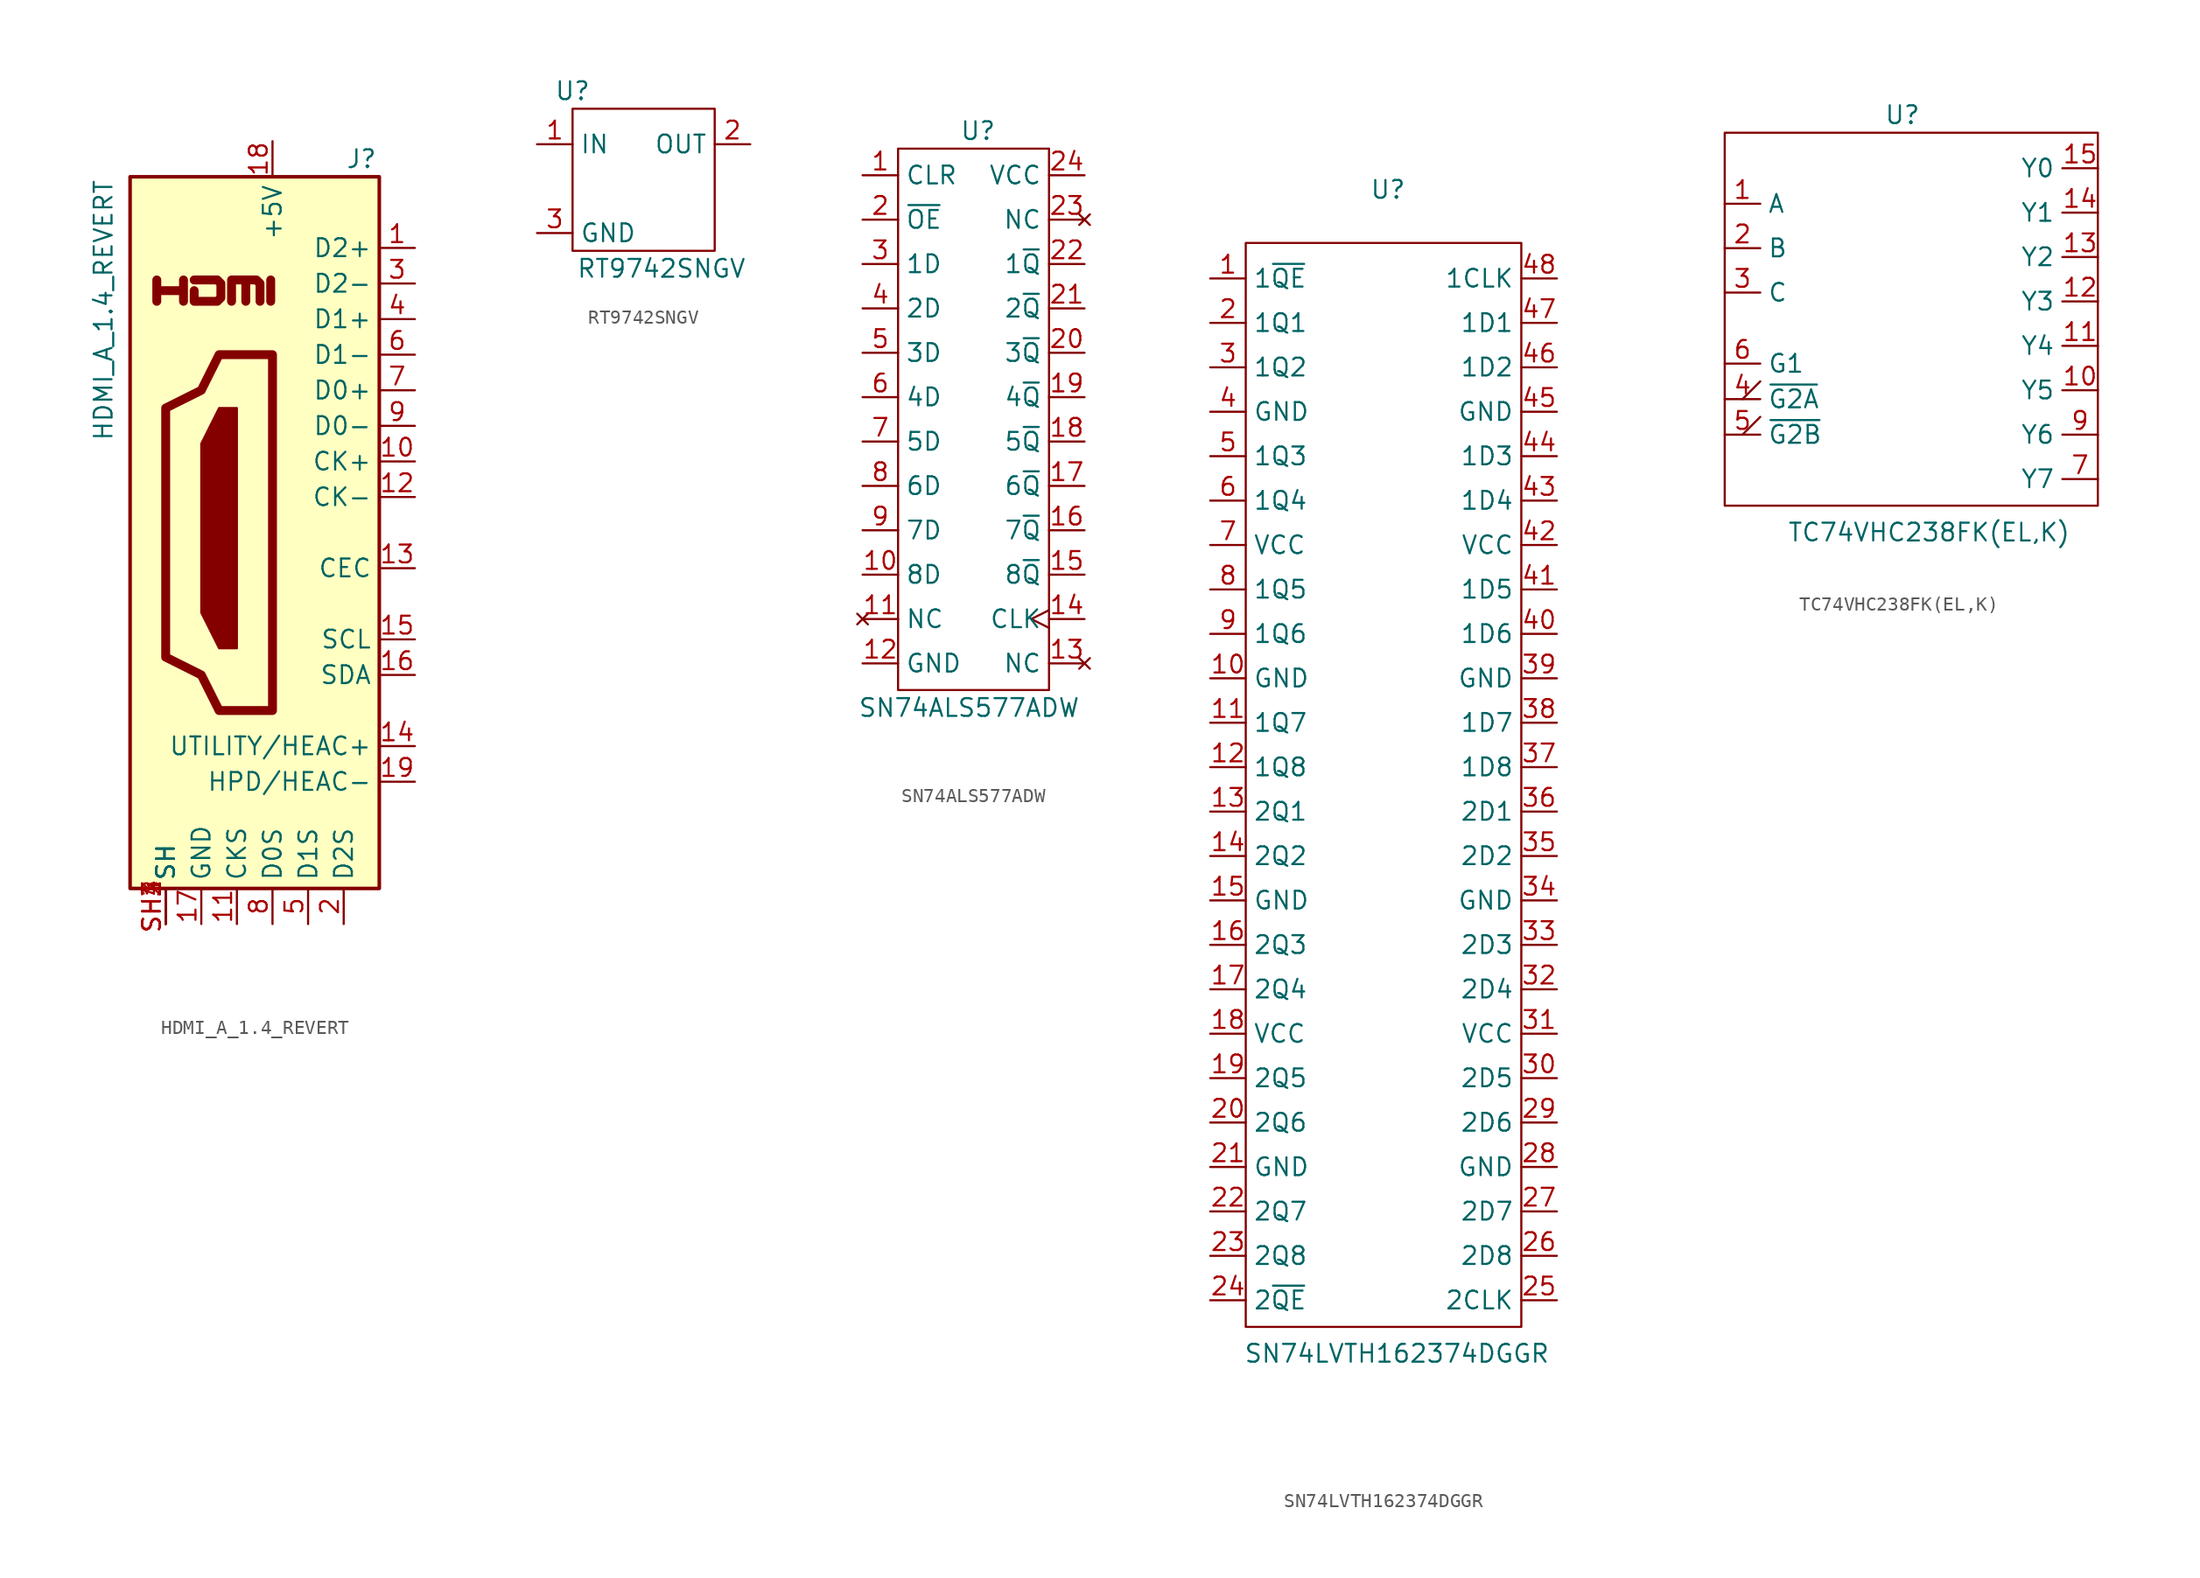
<source format=kicad_sym>
(kicad_symbol_lib
  (version 20201005)
  (generator kicad_symbol_editor)
  (symbol "ioboard:HDMI_A_1.4_REVERT"
    (property "Reference" "J"
      (at 9.525 26.67 0)
      (effects (font (size 1.27 1.27))))
    (property "Value" "HDMI_A_1.4_REVERT"
      (at -8.89 15.875 90)
      (effects (font (size 1.27 1.27))))
    (symbol "HDMI_A_1.4_REVERT_0_0"
      (polyline (pts (xy 3.048 16.51) (xy 3.048 18.034)) (stroke (width 0.635)) (fill (type none)))
      (polyline (pts (xy -5.08 16.51) (xy -5.08 18.034) (xy -5.08 17.272) (xy -3.175 17.272) (xy -3.175 18.034) (xy -3.175 16.51)) (stroke (width 0.635)) (fill (type none)))
      (polyline (pts (xy -2.413 18.034) (xy -0.762 18.034) (xy -0.508 17.78) (xy -0.508 16.764) (xy -0.762 16.51) (xy -2.413 16.51) (xy -2.413 17.272)) (stroke (width 0.635)) (fill (type none)))
      (pin passive line (at -4.445 -27.94 90) (length 2.54) (name "SH" (effects (font (size 1.27 1.27)))) (number "SH2" (effects (font (size 1.27 1.27)))))
      (pin passive line (at -4.445 -27.94 90) (length 2.54) (name "SH" (effects (font (size 1.27 1.27)))) (number "SH3" (effects (font (size 1.27 1.27)))))
      (pin passive line (at -4.445 -27.94 90) (length 2.54) (name "SH" (effects (font (size 1.27 1.27)))) (number "SH4" (effects (font (size 1.27 1.27))))))
    (symbol "HDMI_A_1.4_REVERT_0_1"
      (rectangle (start 10.795 25.4) (end -6.985 -25.4) (stroke (width 0.254)) (fill (type background)))
      (polyline (pts (xy 0.254 16.51) (xy 0.254 18.034) (xy 1.27 18.034) (xy 1.27 16.51) (xy 1.27 18.034) (xy 2.032 18.034) (xy 2.286 17.78) (xy 2.286 16.51)) (stroke (width 0.635)) (fill (type none)))
      (polyline (pts (xy 3.175 12.7) (xy 3.175 -12.7) (xy -0.635 -12.7) (xy -1.905 -10.16) (xy -4.445 -8.89) (xy -4.445 8.89) (xy -1.905 10.16) (xy -0.635 12.7) (xy 3.175 12.7)) (stroke (width 0.635)) (fill (type none)))
      (polyline (pts (xy 0.635 8.89) (xy -0.635 8.89) (xy -1.905 6.35) (xy -1.905 -5.715) (xy -0.635 -8.255) (xy 0.635 -8.255) (xy 0.635 8.89)) (stroke (width 0)) (fill (type outline))))
    (symbol "HDMI_A_1.4_REVERT_1_1"
      (pin passive line (at 13.335 20.32 180) (length 2.54) (name "D2+" (effects (font (size 1.27 1.27)))) (number "1" (effects (font (size 1.27 1.27)))))
      (pin passive line (at 13.335 5.08 180) (length 2.54) (name "CK+" (effects (font (size 1.27 1.27)))) (number "10" (effects (font (size 1.27 1.27)))))
      (pin power_in line (at 0.635 -27.94 90) (length 2.54) (name "CKS" (effects (font (size 1.27 1.27)))) (number "11" (effects (font (size 1.27 1.27)))))
      (pin passive line (at 13.335 2.54 180) (length 2.54) (name "CK-" (effects (font (size 1.27 1.27)))) (number "12" (effects (font (size 1.27 1.27)))))
      (pin bidirectional line (at 13.335 -2.54 180) (length 2.54) (name "CEC" (effects (font (size 1.27 1.27)))) (number "13" (effects (font (size 1.27 1.27)))))
      (pin passive line (at 13.335 -15.24 180) (length 2.54) (name "UTILITY/HEAC+" (effects (font (size 1.27 1.27)))) (number "14" (effects (font (size 1.27 1.27)))))
      (pin passive line (at 13.335 -7.62 180) (length 2.54) (name "SCL" (effects (font (size 1.27 1.27)))) (number "15" (effects (font (size 1.27 1.27)))))
      (pin bidirectional line (at 13.335 -10.16 180) (length 2.54) (name "SDA" (effects (font (size 1.27 1.27)))) (number "16" (effects (font (size 1.27 1.27)))))
      (pin power_in line (at -1.905 -27.94 90) (length 2.54) (name "GND" (effects (font (size 1.27 1.27)))) (number "17" (effects (font (size 1.27 1.27)))))
      (pin power_in line (at 3.175 27.94 270) (length 2.54) (name "+5V" (effects (font (size 1.27 1.27)))) (number "18" (effects (font (size 1.27 1.27)))))
      (pin passive line (at 13.335 -17.78 180) (length 2.54) (name "HPD/HEAC-" (effects (font (size 1.27 1.27)))) (number "19" (effects (font (size 1.27 1.27)))))
      (pin power_in line (at 8.255 -27.94 90) (length 2.54) (name "D2S" (effects (font (size 1.27 1.27)))) (number "2" (effects (font (size 1.27 1.27)))))
      (pin passive line (at 13.335 17.78 180) (length 2.54) (name "D2-" (effects (font (size 1.27 1.27)))) (number "3" (effects (font (size 1.27 1.27)))))
      (pin passive line (at 13.335 15.24 180) (length 2.54) (name "D1+" (effects (font (size 1.27 1.27)))) (number "4" (effects (font (size 1.27 1.27)))))
      (pin power_in line (at 5.715 -27.94 90) (length 2.54) (name "D1S" (effects (font (size 1.27 1.27)))) (number "5" (effects (font (size 1.27 1.27)))))
      (pin passive line (at 13.335 12.7 180) (length 2.54) (name "D1-" (effects (font (size 1.27 1.27)))) (number "6" (effects (font (size 1.27 1.27)))))
      (pin passive line (at 13.335 10.16 180) (length 2.54) (name "D0+" (effects (font (size 1.27 1.27)))) (number "7" (effects (font (size 1.27 1.27)))))
      (pin power_in line (at 3.175 -27.94 90) (length 2.54) (name "D0S" (effects (font (size 1.27 1.27)))) (number "8" (effects (font (size 1.27 1.27)))))
      (pin passive line (at 13.335 7.62 180) (length 2.54) (name "D0-" (effects (font (size 1.27 1.27)))) (number "9" (effects (font (size 1.27 1.27)))))
      (pin passive line (at -4.445 -27.94 90) (length 2.54) (name "SH" (effects (font (size 1.27 1.27)))) (number "SH1" (effects (font (size 1.27 1.27)))))))
  (symbol "ioboard:RT9742SNGV"
    (property "Reference" "U"
      (at -2.54 7.62 0)
      (effects (font (size 1.27 1.27))))
    (property "Value" "RT9742SNGV"
      (at 3.81 -5.08 0)
      (effects (font (size 1.27 1.27))))
    (symbol "RT9742SNGV_0_1"
      (rectangle (start -2.54 6.35) (end 7.62 -3.81) (stroke (width 0)) (fill (type none))))
    (symbol "RT9742SNGV_1_1"
      (pin power_in line (at -5.08 3.81 0) (length 2.54) (name "IN" (effects (font (size 1.27 1.27)))) (number "1" (effects (font (size 1.27 1.27)))))
      (pin power_in line (at 10.16 3.81 180) (length 2.54) (name "OUT" (effects (font (size 1.27 1.27)))) (number "2" (effects (font (size 1.27 1.27)))))
      (pin power_in line (at -5.08 -2.54 0) (length 2.54) (name "GND" (effects (font (size 1.27 1.27)))) (number "3" (effects (font (size 1.27 1.27)))))))
  (symbol "ioboard:SN74ALS577ADW"
    (property "Reference" "U"
      (at 0.635 20.955 0)
      (effects (font (size 1.27 1.27))))
    (property "Value" "SN74ALS577ADW"
      (at 0 -20.32 0)
      (effects (font (size 1.27 1.27))))
    (symbol "SN74ALS577ADW_0_1"
      (rectangle (start -5.08 19.685) (end 5.715 -19.05) (stroke (width 0.152)) (fill (type none))))
    (symbol "SN74ALS577ADW_1_1"
      (pin input line (at -7.62 17.78 0) (length 2.54) (name "CLR" (effects (font (size 1.27 1.27)))) (number "1" (effects (font (size 1.27 1.27)))))
      (pin input line (at -7.62 -10.795 0) (length 2.54) (name "8D" (effects (font (size 1.27 1.27)))) (number "10" (effects (font (size 1.27 1.27)))))
      (pin no_connect line (at -7.62 -13.97 0) (length 2.54) (name "NC" (effects (font (size 1.27 1.27)))) (number "11" (effects (font (size 1.27 1.27)))))
      (pin passive line (at -7.62 -17.145 0) (length 2.54) (name "GND" (effects (font (size 1.27 1.27)))) (number "12" (effects (font (size 1.27 1.27)))))
      (pin no_connect line (at 8.255 -17.145 180) (length 2.54) (name "NC" (effects (font (size 1.27 1.27)))) (number "13" (effects (font (size 1.27 1.27)))))
      (pin input clock (at 8.255 -13.97 180) (length 2.54) (name "CLK" (effects (font (size 1.27 1.27)))) (number "14" (effects (font (size 1.27 1.27)))))
      (pin output line (at 8.255 -10.795 180) (length 2.54) (name "8~Q" (effects (font (size 1.27 1.27)))) (number "15" (effects (font (size 1.27 1.27)))))
      (pin output line (at 8.255 -7.62 180) (length 2.54) (name "7~Q" (effects (font (size 1.27 1.27)))) (number "16" (effects (font (size 1.27 1.27)))))
      (pin output line (at 8.255 -4.445 180) (length 2.54) (name "6~Q" (effects (font (size 1.27 1.27)))) (number "17" (effects (font (size 1.27 1.27)))))
      (pin output line (at 8.255 -1.27 180) (length 2.54) (name "5~Q" (effects (font (size 1.27 1.27)))) (number "18" (effects (font (size 1.27 1.27)))))
      (pin output line (at 8.255 1.905 180) (length 2.54) (name "4~Q" (effects (font (size 1.27 1.27)))) (number "19" (effects (font (size 1.27 1.27)))))
      (pin input line (at -7.62 14.605 0) (length 2.54) (name "~OE" (effects (font (size 1.27 1.27)))) (number "2" (effects (font (size 1.27 1.27)))))
      (pin output line (at 8.255 5.08 180) (length 2.54) (name "3~Q" (effects (font (size 1.27 1.27)))) (number "20" (effects (font (size 1.27 1.27)))))
      (pin output line (at 8.255 8.255 180) (length 2.54) (name "2~Q" (effects (font (size 1.27 1.27)))) (number "21" (effects (font (size 1.27 1.27)))))
      (pin output line (at 8.255 11.43 180) (length 2.54) (name "1~Q" (effects (font (size 1.27 1.27)))) (number "22" (effects (font (size 1.27 1.27)))))
      (pin no_connect line (at 8.255 14.605 180) (length 2.54) (name "NC" (effects (font (size 1.27 1.27)))) (number "23" (effects (font (size 1.27 1.27)))))
      (pin power_in line (at 8.255 17.78 180) (length 2.54) (name "VCC" (effects (font (size 1.27 1.27)))) (number "24" (effects (font (size 1.27 1.27)))))
      (pin input line (at -7.62 11.43 0) (length 2.54) (name "1D" (effects (font (size 1.27 1.27)))) (number "3" (effects (font (size 1.27 1.27)))))
      (pin input line (at -7.62 8.255 0) (length 2.54) (name "2D" (effects (font (size 1.27 1.27)))) (number "4" (effects (font (size 1.27 1.27)))))
      (pin input line (at -7.62 5.08 0) (length 2.54) (name "3D" (effects (font (size 1.27 1.27)))) (number "5" (effects (font (size 1.27 1.27)))))
      (pin input line (at -7.62 1.905 0) (length 2.54) (name "4D" (effects (font (size 1.27 1.27)))) (number "6" (effects (font (size 1.27 1.27)))))
      (pin input line (at -7.62 -1.27 0) (length 2.54) (name "5D" (effects (font (size 1.27 1.27)))) (number "7" (effects (font (size 1.27 1.27)))))
      (pin input line (at -7.62 -4.445 0) (length 2.54) (name "6D" (effects (font (size 1.27 1.27)))) (number "8" (effects (font (size 1.27 1.27)))))
      (pin input line (at -7.62 -7.62 0) (length 2.54) (name "7D" (effects (font (size 1.27 1.27)))) (number "9" (effects (font (size 1.27 1.27)))))))
  (symbol "ioboard:SN74LVTH162374DGGR"
    (property "Reference" "U"
      (at 0 39.37 0)
      (effects (font (size 1.27 1.27))))
    (property "Value" "SN74LVTH162374DGGR"
      (at 0.635 -43.815 0)
      (effects (font (size 1.27 1.27))))
    (symbol "SN74LVTH162374DGGR_0_1"
      (rectangle (start -10.16 35.56) (end 9.525 -41.91) (stroke (width 0.152)) (fill (type none))))
    (symbol "SN74LVTH162374DGGR_1_1"
      (pin bidirectional line (at -12.7 33.02 0) (length 2.54) (name "1~QE" (effects (font (size 1.27 1.27)))) (number "1" (effects (font (size 1.27 1.27)))))
      (pin passive line (at -12.7 4.445 0) (length 2.54) (name "GND" (effects (font (size 1.27 1.27)))) (number "10" (effects (font (size 1.27 1.27)))))
      (pin bidirectional line (at -12.7 1.27 0) (length 2.54) (name "1Q7" (effects (font (size 1.27 1.27)))) (number "11" (effects (font (size 1.27 1.27)))))
      (pin bidirectional line (at -12.7 -1.905 0) (length 2.54) (name "1Q8" (effects (font (size 1.27 1.27)))) (number "12" (effects (font (size 1.27 1.27)))))
      (pin bidirectional line (at -12.7 -5.08 0) (length 2.54) (name "2Q1" (effects (font (size 1.27 1.27)))) (number "13" (effects (font (size 1.27 1.27)))))
      (pin bidirectional line (at -12.7 -8.255 0) (length 2.54) (name "2Q2" (effects (font (size 1.27 1.27)))) (number "14" (effects (font (size 1.27 1.27)))))
      (pin passive line (at -12.7 -11.43 0) (length 2.54) (name "GND" (effects (font (size 1.27 1.27)))) (number "15" (effects (font (size 1.27 1.27)))))
      (pin bidirectional line (at -12.7 -14.605 0) (length 2.54) (name "2Q3" (effects (font (size 1.27 1.27)))) (number "16" (effects (font (size 1.27 1.27)))))
      (pin bidirectional line (at -12.7 -17.78 0) (length 2.54) (name "2Q4" (effects (font (size 1.27 1.27)))) (number "17" (effects (font (size 1.27 1.27)))))
      (pin power_in line (at -12.7 -20.955 0) (length 2.54) (name "VCC" (effects (font (size 1.27 1.27)))) (number "18" (effects (font (size 1.27 1.27)))))
      (pin bidirectional line (at -12.7 -24.13 0) (length 2.54) (name "2Q5" (effects (font (size 1.27 1.27)))) (number "19" (effects (font (size 1.27 1.27)))))
      (pin bidirectional line (at -12.7 29.845 0) (length 2.54) (name "1Q1" (effects (font (size 1.27 1.27)))) (number "2" (effects (font (size 1.27 1.27)))))
      (pin bidirectional line (at -12.7 -27.305 0) (length 2.54) (name "2Q6" (effects (font (size 1.27 1.27)))) (number "20" (effects (font (size 1.27 1.27)))))
      (pin passive line (at -12.7 -30.48 0) (length 2.54) (name "GND" (effects (font (size 1.27 1.27)))) (number "21" (effects (font (size 1.27 1.27)))))
      (pin bidirectional line (at -12.7 -33.655 0) (length 2.54) (name "2Q7" (effects (font (size 1.27 1.27)))) (number "22" (effects (font (size 1.27 1.27)))))
      (pin bidirectional line (at -12.7 -36.83 0) (length 2.54) (name "2Q8" (effects (font (size 1.27 1.27)))) (number "23" (effects (font (size 1.27 1.27)))))
      (pin bidirectional line (at -12.7 -40.005 0) (length 2.54) (name "2~QE" (effects (font (size 1.27 1.27)))) (number "24" (effects (font (size 1.27 1.27)))))
      (pin bidirectional line (at 12.065 -40.005 180) (length 2.54) (name "2CLK" (effects (font (size 1.27 1.27)))) (number "25" (effects (font (size 1.27 1.27)))))
      (pin bidirectional line (at 12.065 -36.83 180) (length 2.54) (name "2D8" (effects (font (size 1.27 1.27)))) (number "26" (effects (font (size 1.27 1.27)))))
      (pin bidirectional line (at 12.065 -33.655 180) (length 2.54) (name "2D7" (effects (font (size 1.27 1.27)))) (number "27" (effects (font (size 1.27 1.27)))))
      (pin passive line (at 12.065 -30.48 180) (length 2.54) (name "GND" (effects (font (size 1.27 1.27)))) (number "28" (effects (font (size 1.27 1.27)))))
      (pin bidirectional line (at 12.065 -27.305 180) (length 2.54) (name "2D6" (effects (font (size 1.27 1.27)))) (number "29" (effects (font (size 1.27 1.27)))))
      (pin bidirectional line (at -12.7 26.67 0) (length 2.54) (name "1Q2" (effects (font (size 1.27 1.27)))) (number "3" (effects (font (size 1.27 1.27)))))
      (pin bidirectional line (at 12.065 -24.13 180) (length 2.54) (name "2D5" (effects (font (size 1.27 1.27)))) (number "30" (effects (font (size 1.27 1.27)))))
      (pin power_in line (at 12.065 -20.955 180) (length 2.54) (name "VCC" (effects (font (size 1.27 1.27)))) (number "31" (effects (font (size 1.27 1.27)))))
      (pin bidirectional line (at 12.065 -17.78 180) (length 2.54) (name "2D4" (effects (font (size 1.27 1.27)))) (number "32" (effects (font (size 1.27 1.27)))))
      (pin bidirectional line (at 12.065 -14.605 180) (length 2.54) (name "2D3" (effects (font (size 1.27 1.27)))) (number "33" (effects (font (size 1.27 1.27)))))
      (pin passive line (at 12.065 -11.43 180) (length 2.54) (name "GND" (effects (font (size 1.27 1.27)))) (number "34" (effects (font (size 1.27 1.27)))))
      (pin bidirectional line (at 12.065 -8.255 180) (length 2.54) (name "2D2" (effects (font (size 1.27 1.27)))) (number "35" (effects (font (size 1.27 1.27)))))
      (pin bidirectional line (at 12.065 -5.08 180) (length 2.54) (name "2D1" (effects (font (size 1.27 1.27)))) (number "36" (effects (font (size 1.27 1.27)))))
      (pin bidirectional line (at 12.065 -1.905 180) (length 2.54) (name "1D8" (effects (font (size 1.27 1.27)))) (number "37" (effects (font (size 1.27 1.27)))))
      (pin bidirectional line (at 12.065 1.27 180) (length 2.54) (name "1D7" (effects (font (size 1.27 1.27)))) (number "38" (effects (font (size 1.27 1.27)))))
      (pin passive line (at 12.065 4.445 180) (length 2.54) (name "GND" (effects (font (size 1.27 1.27)))) (number "39" (effects (font (size 1.27 1.27)))))
      (pin passive line (at -12.7 23.495 0) (length 2.54) (name "GND" (effects (font (size 1.27 1.27)))) (number "4" (effects (font (size 1.27 1.27)))))
      (pin bidirectional line (at 12.065 7.62 180) (length 2.54) (name "1D6" (effects (font (size 1.27 1.27)))) (number "40" (effects (font (size 1.27 1.27)))))
      (pin bidirectional line (at 12.065 10.795 180) (length 2.54) (name "1D5" (effects (font (size 1.27 1.27)))) (number "41" (effects (font (size 1.27 1.27)))))
      (pin power_in line (at 12.065 13.97 180) (length 2.54) (name "VCC" (effects (font (size 1.27 1.27)))) (number "42" (effects (font (size 1.27 1.27)))))
      (pin bidirectional line (at 12.065 17.145 180) (length 2.54) (name "1D4" (effects (font (size 1.27 1.27)))) (number "43" (effects (font (size 1.27 1.27)))))
      (pin bidirectional line (at 12.065 20.32 180) (length 2.54) (name "1D3" (effects (font (size 1.27 1.27)))) (number "44" (effects (font (size 1.27 1.27)))))
      (pin passive line (at 12.065 23.495 180) (length 2.54) (name "GND" (effects (font (size 1.27 1.27)))) (number "45" (effects (font (size 1.27 1.27)))))
      (pin bidirectional line (at 12.065 26.67 180) (length 2.54) (name "1D2" (effects (font (size 1.27 1.27)))) (number "46" (effects (font (size 1.27 1.27)))))
      (pin bidirectional line (at 12.065 29.845 180) (length 2.54) (name "1D1" (effects (font (size 1.27 1.27)))) (number "47" (effects (font (size 1.27 1.27)))))
      (pin bidirectional line (at 12.065 33.02 180) (length 2.54) (name "1CLK" (effects (font (size 1.27 1.27)))) (number "48" (effects (font (size 1.27 1.27)))))
      (pin bidirectional line (at -12.7 20.32 0) (length 2.54) (name "1Q3" (effects (font (size 1.27 1.27)))) (number "5" (effects (font (size 1.27 1.27)))))
      (pin bidirectional line (at -12.7 17.145 0) (length 2.54) (name "1Q4" (effects (font (size 1.27 1.27)))) (number "6" (effects (font (size 1.27 1.27)))))
      (pin power_in line (at -12.7 13.97 0) (length 2.54) (name "VCC" (effects (font (size 1.27 1.27)))) (number "7" (effects (font (size 1.27 1.27)))))
      (pin bidirectional line (at -12.7 10.795 0) (length 2.54) (name "1Q5" (effects (font (size 1.27 1.27)))) (number "8" (effects (font (size 1.27 1.27)))))
      (pin bidirectional line (at -12.7 7.62 0) (length 2.54) (name "1Q6" (effects (font (size 1.27 1.27)))) (number "9" (effects (font (size 1.27 1.27)))))))
  (symbol "ioboard:TC74VHC238FK(EL,K)"
    (property "Reference" "U"
      (at -1.905 12.7 0)
      (effects (font (size 1.27 1.27))))
    (property "Value" "TC74VHC238FK(EL,K)"
      (at 0 -17.145 0)
      (effects (font (size 1.27 1.27))))
    (symbol "TC74VHC238FK(EL,K)_0_0"
      (text "" (at -16.51 6.35 0) (effects (font (size 1.27 1.27)))))
    (symbol "TC74VHC238FK(EL,K)_0_1"
      (rectangle (start -14.605 11.43) (end 12.065 -15.24) (stroke (width 0.152)) (fill (type none))))
    (symbol "TC74VHC238FK(EL,K)_1_1"
      (pin input line (at -14.605 6.35 0) (length 2.54) (name "A" (effects (font (size 1.27 1.27)))) (number "1" (effects (font (size 1.27 1.27)))))
      (pin output line (at 12.065 -6.985 180) (length 2.54) (name "Y5" (effects (font (size 1.27 1.27)))) (number "10" (effects (font (size 1.27 1.27)))))
      (pin output line (at 12.065 -3.81 180) (length 2.54) (name "Y4" (effects (font (size 1.27 1.27)))) (number "11" (effects (font (size 1.27 1.27)))))
      (pin output line (at 12.065 -0.635 180) (length 2.54) (name "Y3" (effects (font (size 1.27 1.27)))) (number "12" (effects (font (size 1.27 1.27)))))
      (pin output line (at 12.065 2.54 180) (length 2.54) (name "Y2" (effects (font (size 1.27 1.27)))) (number "13" (effects (font (size 1.27 1.27)))))
      (pin output line (at 12.065 5.715 180) (length 2.54) (name "Y1" (effects (font (size 1.27 1.27)))) (number "14" (effects (font (size 1.27 1.27)))))
      (pin output line (at 12.065 8.89 180) (length 2.54) (name "Y0" (effects (font (size 1.27 1.27)))) (number "15" (effects (font (size 1.27 1.27)))))
      (pin input line (at -14.605 3.175 0) (length 2.54) (name "B" (effects (font (size 1.27 1.27)))) (number "2" (effects (font (size 1.27 1.27)))))
      (pin input line (at -14.605 0 0) (length 2.54) (name "C" (effects (font (size 1.27 1.27)))) (number "3" (effects (font (size 1.27 1.27)))))
      (pin input output_low (at -14.605 -7.62 0) (length 2.54) (name "~G2A" (effects (font (size 1.27 1.27)))) (number "4" (effects (font (size 1.27 1.27)))))
      (pin input output_low (at -14.605 -10.16 0) (length 2.54) (name "~G2B" (effects (font (size 1.27 1.27)))) (number "5" (effects (font (size 1.27 1.27)))))
      (pin input line (at -14.605 -5.08 0) (length 2.54) (name "G1" (effects (font (size 1.27 1.27)))) (number "6" (effects (font (size 1.27 1.27)))))
      (pin output line (at 12.065 -13.335 180) (length 2.54) (name "Y7" (effects (font (size 1.27 1.27)))) (number "7" (effects (font (size 1.27 1.27)))))
      (pin output line (at 12.065 -10.16 180) (length 2.54) (name "Y6" (effects (font (size 1.27 1.27)))) (number "9" (effects (font (size 1.27 1.27))))))))
</source>
